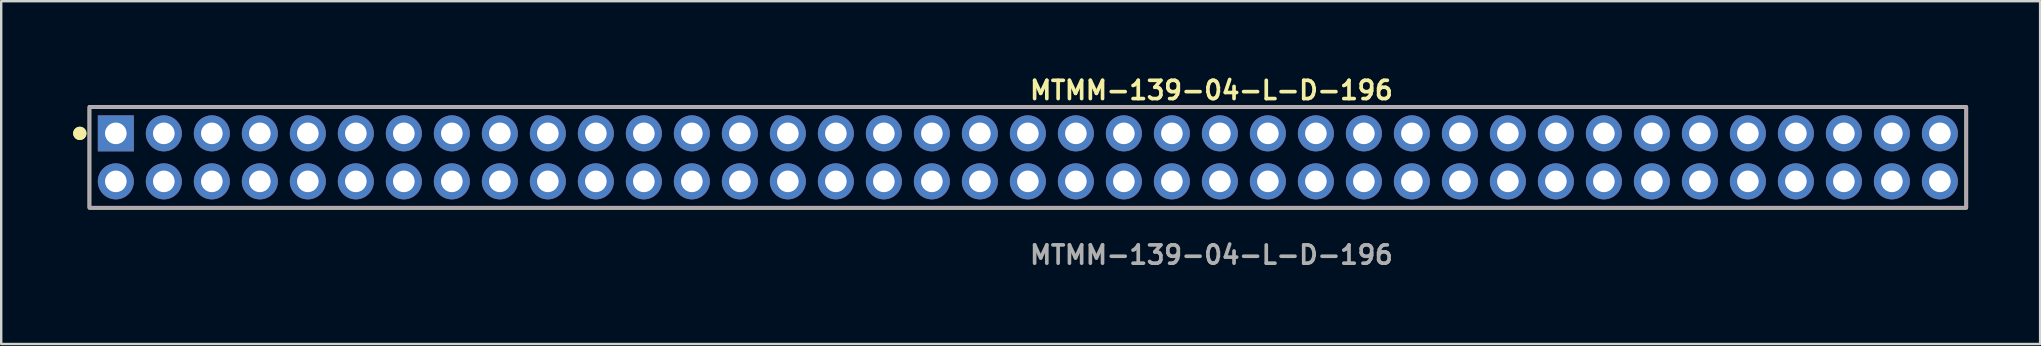
<source format=kicad_pcb>
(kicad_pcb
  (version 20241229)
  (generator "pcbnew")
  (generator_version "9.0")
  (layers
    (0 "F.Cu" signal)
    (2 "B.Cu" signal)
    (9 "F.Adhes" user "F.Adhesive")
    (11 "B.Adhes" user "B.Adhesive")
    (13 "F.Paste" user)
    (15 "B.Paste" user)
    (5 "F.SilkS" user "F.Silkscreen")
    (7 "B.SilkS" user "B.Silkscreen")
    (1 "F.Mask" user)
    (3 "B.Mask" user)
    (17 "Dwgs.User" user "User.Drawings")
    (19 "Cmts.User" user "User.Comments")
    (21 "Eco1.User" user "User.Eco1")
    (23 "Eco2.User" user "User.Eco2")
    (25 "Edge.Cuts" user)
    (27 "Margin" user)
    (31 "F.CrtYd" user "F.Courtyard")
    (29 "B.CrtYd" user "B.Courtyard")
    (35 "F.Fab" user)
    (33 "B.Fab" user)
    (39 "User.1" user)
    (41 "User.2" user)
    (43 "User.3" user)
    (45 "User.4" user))
  (footprint "MTMM-139-04-L-D-196"
    (layer "F.Cu")
    (at 39.776 3.507)
    (property "Reference" "MTMM-139-04-L-D-196" (at 0 -2.794 0) (unlocked yes) (layer "F.SilkS") (effects (font (size 0.762 0.762) (thickness 0.152)) (justify left)))
    (fp_rect (start -39.1 2.1) (end 39.1 -2.1) (stroke (width 0.152) (type solid)) (fill no) (layer "F.SilkS"))
    (fp_circle (center -39.5 -1) (end -39.7 -1) (stroke (width 0.152) (type solid)) (fill yes) (layer "F.SilkS"))
    (fp_circle (center -39.5 -1) (end -39.7 -1) (stroke (width 0.152) (type solid)) (fill yes) (layer "F.SilkS"))
    (fp_rect (start -39.1 2.1) (end 39.1 -2.1) (stroke (width 0.006) (type solid)) (fill no) (layer "F.CrtYd"))
    (fp_rect (start -39.1 2.1) (end 39.1 -2.1) (stroke (width 0.152) (type solid)) (fill no) (layer "F.Fab"))
    (fp_text user "${REFERENCE}" (at 0 4.064 0) (unlocked yes) (layer "F.Fab") (effects (font (size 0.762 0.762) (thickness 0.152)) (justify left)))
    (pad "1" thru_hole rect (at -38 -1) (size 1.5 1.5) (drill 0.9) (layers "*.Cu" "*.Mask"))
    (pad "2" thru_hole circle (at -38 1) (size 1.5 1.5) (drill 0.9) (layers "*.Cu" "*.Mask"))
    (pad "3" thru_hole circle (at -36 -1) (size 1.5 1.5) (drill 0.9) (layers "*.Cu" "*.Mask"))
    (pad "4" thru_hole circle (at -36 1) (size 1.5 1.5) (drill 0.9) (layers "*.Cu" "*.Mask"))
    (pad "5" thru_hole circle (at -34 -1) (size 1.5 1.5) (drill 0.9) (layers "*.Cu" "*.Mask"))
    (pad "6" thru_hole circle (at -34 1) (size 1.5 1.5) (drill 0.9) (layers "*.Cu" "*.Mask"))
    (pad "7" thru_hole circle (at -32 -1) (size 1.5 1.5) (drill 0.9) (layers "*.Cu" "*.Mask"))
    (pad "8" thru_hole circle (at -32 1) (size 1.5 1.5) (drill 0.9) (layers "*.Cu" "*.Mask"))
    (pad "9" thru_hole circle (at -30 -1) (size 1.5 1.5) (drill 0.9) (layers "*.Cu" "*.Mask"))
    (pad "10" thru_hole circle (at -30 1) (size 1.5 1.5) (drill 0.9) (layers "*.Cu" "*.Mask"))
    (pad "11" thru_hole circle (at -28 -1) (size 1.5 1.5) (drill 0.9) (layers "*.Cu" "*.Mask"))
    (pad "12" thru_hole circle (at -28 1) (size 1.5 1.5) (drill 0.9) (layers "*.Cu" "*.Mask"))
    (pad "13" thru_hole circle (at -26 -1) (size 1.5 1.5) (drill 0.9) (layers "*.Cu" "*.Mask"))
    (pad "14" thru_hole circle (at -26 1) (size 1.5 1.5) (drill 0.9) (layers "*.Cu" "*.Mask"))
    (pad "15" thru_hole circle (at -24 -1) (size 1.5 1.5) (drill 0.9) (layers "*.Cu" "*.Mask"))
    (pad "16" thru_hole circle (at -24 1) (size 1.5 1.5) (drill 0.9) (layers "*.Cu" "*.Mask"))
    (pad "17" thru_hole circle (at -22 -1) (size 1.5 1.5) (drill 0.9) (layers "*.Cu" "*.Mask"))
    (pad "18" thru_hole circle (at -22 1) (size 1.5 1.5) (drill 0.9) (layers "*.Cu" "*.Mask"))
    (pad "19" thru_hole circle (at -20 -1) (size 1.5 1.5) (drill 0.9) (layers "*.Cu" "*.Mask"))
    (pad "20" thru_hole circle (at -20 1) (size 1.5 1.5) (drill 0.9) (layers "*.Cu" "*.Mask"))
    (pad "21" thru_hole circle (at -18 -1) (size 1.5 1.5) (drill 0.9) (layers "*.Cu" "*.Mask"))
    (pad "22" thru_hole circle (at -18 1) (size 1.5 1.5) (drill 0.9) (layers "*.Cu" "*.Mask"))
    (pad "23" thru_hole circle (at -16 -1) (size 1.5 1.5) (drill 0.9) (layers "*.Cu" "*.Mask"))
    (pad "24" thru_hole circle (at -16 1) (size 1.5 1.5) (drill 0.9) (layers "*.Cu" "*.Mask"))
    (pad "25" thru_hole circle (at -14 -1) (size 1.5 1.5) (drill 0.9) (layers "*.Cu" "*.Mask"))
    (pad "26" thru_hole circle (at -14 1) (size 1.5 1.5) (drill 0.9) (layers "*.Cu" "*.Mask"))
    (pad "27" thru_hole circle (at -12 -1) (size 1.5 1.5) (drill 0.9) (layers "*.Cu" "*.Mask"))
    (pad "28" thru_hole circle (at -12 1) (size 1.5 1.5) (drill 0.9) (layers "*.Cu" "*.Mask"))
    (pad "29" thru_hole circle (at -10 -1) (size 1.5 1.5) (drill 0.9) (layers "*.Cu" "*.Mask"))
    (pad "30" thru_hole circle (at -10 1) (size 1.5 1.5) (drill 0.9) (layers "*.Cu" "*.Mask"))
    (pad "31" thru_hole circle (at -8 -1) (size 1.5 1.5) (drill 0.9) (layers "*.Cu" "*.Mask"))
    (pad "32" thru_hole circle (at -8 1) (size 1.5 1.5) (drill 0.9) (layers "*.Cu" "*.Mask"))
    (pad "33" thru_hole circle (at -6 -1) (size 1.5 1.5) (drill 0.9) (layers "*.Cu" "*.Mask"))
    (pad "34" thru_hole circle (at -6 1) (size 1.5 1.5) (drill 0.9) (layers "*.Cu" "*.Mask"))
    (pad "35" thru_hole circle (at -4 -1) (size 1.5 1.5) (drill 0.9) (layers "*.Cu" "*.Mask"))
    (pad "36" thru_hole circle (at -4 1) (size 1.5 1.5) (drill 0.9) (layers "*.Cu" "*.Mask"))
    (pad "37" thru_hole circle (at -2 -1) (size 1.5 1.5) (drill 0.9) (layers "*.Cu" "*.Mask"))
    (pad "38" thru_hole circle (at -2 1) (size 1.5 1.5) (drill 0.9) (layers "*.Cu" "*.Mask"))
    (pad "39" thru_hole circle (at 0 -1) (size 1.5 1.5) (drill 0.9) (layers "*.Cu" "*.Mask"))
    (pad "40" thru_hole circle (at 0 1) (size 1.5 1.5) (drill 0.9) (layers "*.Cu" "*.Mask"))
    (pad "41" thru_hole circle (at 2 -1) (size 1.5 1.5) (drill 0.9) (layers "*.Cu" "*.Mask"))
    (pad "42" thru_hole circle (at 2 1) (size 1.5 1.5) (drill 0.9) (layers "*.Cu" "*.Mask"))
    (pad "43" thru_hole circle (at 4 -1) (size 1.5 1.5) (drill 0.9) (layers "*.Cu" "*.Mask"))
    (pad "44" thru_hole circle (at 4 1) (size 1.5 1.5) (drill 0.9) (layers "*.Cu" "*.Mask"))
    (pad "45" thru_hole circle (at 6 -1) (size 1.5 1.5) (drill 0.9) (layers "*.Cu" "*.Mask"))
    (pad "46" thru_hole circle (at 6 1) (size 1.5 1.5) (drill 0.9) (layers "*.Cu" "*.Mask"))
    (pad "47" thru_hole circle (at 8 -1) (size 1.5 1.5) (drill 0.9) (layers "*.Cu" "*.Mask"))
    (pad "48" thru_hole circle (at 8 1) (size 1.5 1.5) (drill 0.9) (layers "*.Cu" "*.Mask"))
    (pad "49" thru_hole circle (at 10 -1) (size 1.5 1.5) (drill 0.9) (layers "*.Cu" "*.Mask"))
    (pad "50" thru_hole circle (at 10 1) (size 1.5 1.5) (drill 0.9) (layers "*.Cu" "*.Mask"))
    (pad "51" thru_hole circle (at 12 -1) (size 1.5 1.5) (drill 0.9) (layers "*.Cu" "*.Mask"))
    (pad "52" thru_hole circle (at 12 1) (size 1.5 1.5) (drill 0.9) (layers "*.Cu" "*.Mask"))
    (pad "53" thru_hole circle (at 14 -1) (size 1.5 1.5) (drill 0.9) (layers "*.Cu" "*.Mask"))
    (pad "54" thru_hole circle (at 14 1) (size 1.5 1.5) (drill 0.9) (layers "*.Cu" "*.Mask"))
    (pad "55" thru_hole circle (at 16 -1) (size 1.5 1.5) (drill 0.9) (layers "*.Cu" "*.Mask"))
    (pad "56" thru_hole circle (at 16 1) (size 1.5 1.5) (drill 0.9) (layers "*.Cu" "*.Mask"))
    (pad "57" thru_hole circle (at 18 -1) (size 1.5 1.5) (drill 0.9) (layers "*.Cu" "*.Mask"))
    (pad "58" thru_hole circle (at 18 1) (size 1.5 1.5) (drill 0.9) (layers "*.Cu" "*.Mask"))
    (pad "59" thru_hole circle (at 20 -1) (size 1.5 1.5) (drill 0.9) (layers "*.Cu" "*.Mask"))
    (pad "60" thru_hole circle (at 20 1) (size 1.5 1.5) (drill 0.9) (layers "*.Cu" "*.Mask"))
    (pad "61" thru_hole circle (at 22 -1) (size 1.5 1.5) (drill 0.9) (layers "*.Cu" "*.Mask"))
    (pad "62" thru_hole circle (at 22 1) (size 1.5 1.5) (drill 0.9) (layers "*.Cu" "*.Mask"))
    (pad "63" thru_hole circle (at 24 -1) (size 1.5 1.5) (drill 0.9) (layers "*.Cu" "*.Mask"))
    (pad "64" thru_hole circle (at 24 1) (size 1.5 1.5) (drill 0.9) (layers "*.Cu" "*.Mask"))
    (pad "65" thru_hole circle (at 26 -1) (size 1.5 1.5) (drill 0.9) (layers "*.Cu" "*.Mask"))
    (pad "66" thru_hole circle (at 26 1) (size 1.5 1.5) (drill 0.9) (layers "*.Cu" "*.Mask"))
    (pad "67" thru_hole circle (at 28 -1) (size 1.5 1.5) (drill 0.9) (layers "*.Cu" "*.Mask"))
    (pad "68" thru_hole circle (at 28 1) (size 1.5 1.5) (drill 0.9) (layers "*.Cu" "*.Mask"))
    (pad "69" thru_hole circle (at 30 -1) (size 1.5 1.5) (drill 0.9) (layers "*.Cu" "*.Mask"))
    (pad "70" thru_hole circle (at 30 1) (size 1.5 1.5) (drill 0.9) (layers "*.Cu" "*.Mask"))
    (pad "71" thru_hole circle (at 32 -1) (size 1.5 1.5) (drill 0.9) (layers "*.Cu" "*.Mask"))
    (pad "72" thru_hole circle (at 32 1) (size 1.5 1.5) (drill 0.9) (layers "*.Cu" "*.Mask"))
    (pad "73" thru_hole circle (at 34 -1) (size 1.5 1.5) (drill 0.9) (layers "*.Cu" "*.Mask"))
    (pad "74" thru_hole circle (at 34 1) (size 1.5 1.5) (drill 0.9) (layers "*.Cu" "*.Mask"))
    (pad "75" thru_hole circle (at 36 -1) (size 1.5 1.5) (drill 0.9) (layers "*.Cu" "*.Mask"))
    (pad "76" thru_hole circle (at 36 1) (size 1.5 1.5) (drill 0.9) (layers "*.Cu" "*.Mask"))
    (pad "77" thru_hole circle (at 38 -1) (size 1.5 1.5) (drill 0.9) (layers "*.Cu" "*.Mask"))
    (pad "78" thru_hole circle (at 38 1) (size 1.5 1.5) (drill 0.9) (layers "*.Cu" "*.Mask")))
  (gr_rect
    (start -3 -3)
    (end 81.952 11.284)
    (stroke (width 0.1) (type default))
    (fill no)
    (layer "Edge.Cuts")))
</source>
